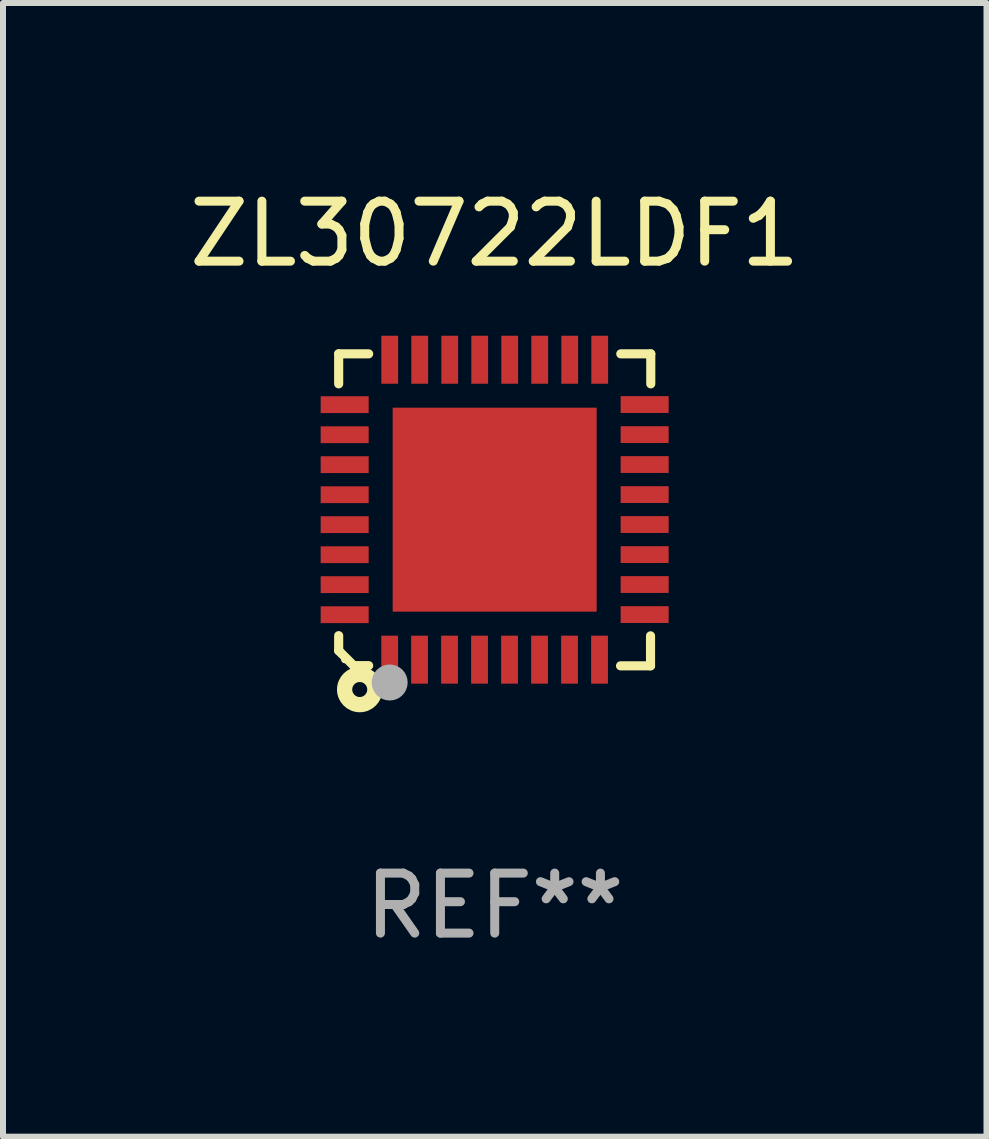
<source format=kicad_pcb>
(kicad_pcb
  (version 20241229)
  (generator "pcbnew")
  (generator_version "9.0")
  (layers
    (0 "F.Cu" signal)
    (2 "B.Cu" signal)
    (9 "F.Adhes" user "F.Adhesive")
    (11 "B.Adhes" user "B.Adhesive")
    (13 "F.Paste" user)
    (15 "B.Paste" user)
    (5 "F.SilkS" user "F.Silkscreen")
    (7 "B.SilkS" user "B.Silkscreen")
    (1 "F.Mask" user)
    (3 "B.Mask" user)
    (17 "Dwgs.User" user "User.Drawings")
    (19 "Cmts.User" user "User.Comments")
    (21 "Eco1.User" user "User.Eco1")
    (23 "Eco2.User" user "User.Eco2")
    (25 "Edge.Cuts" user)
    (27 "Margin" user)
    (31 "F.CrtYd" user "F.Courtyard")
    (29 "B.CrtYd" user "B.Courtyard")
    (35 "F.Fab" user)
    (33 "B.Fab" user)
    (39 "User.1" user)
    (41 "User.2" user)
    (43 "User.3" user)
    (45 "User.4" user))
  (footprint "ZL30722LDF1"
    (layer "F.Cu")
    (at 5.196 5.448)
    (property "Reference" "ZL30722LDF1" (at 0 -4.6 0) (layer "F.SilkS") (effects (font (size 1 1) (thickness 0.15))))
    (attr through_hole)
    (fp_line (start -2.601 2.097) (end -2.601 2.347) (stroke (width 0.152) (type solid)) (layer "F.SilkS"))
    (fp_line (start -2.601 2.347) (end -2.351 2.597) (stroke (width 0.152) (type solid)) (layer "F.SilkS"))
    (fp_line (start -2.601 -2.6) (end -2.601 -2.1) (stroke (width 0.152) (type solid)) (layer "F.SilkS"))
    (fp_line (start -2.601 -2.6) (end -2.101 -2.6) (stroke (width 0.152) (type solid)) (layer "F.SilkS"))
    (fp_line (start -2.351 2.597) (end -2.101 2.597) (stroke (width 0.152) (type solid)) (layer "F.SilkS"))
    (fp_line (start 2.597 2.6) (end 2.097 2.6) (stroke (width 0.152) (type solid)) (layer "F.SilkS"))
    (fp_line (start 2.597 2.6) (end 2.597 2.1) (stroke (width 0.152) (type solid)) (layer "F.SilkS"))
    (fp_line (start 2.601 -2.6) (end 2.101 -2.6) (stroke (width 0.152) (type solid)) (layer "F.SilkS"))
    (fp_line (start 2.601 -2.6) (end 2.601 -2.1) (stroke (width 0.152) (type solid)) (layer "F.SilkS"))
    (fp_circle (center -2.501 2.497) (end -2.471 2.497) (stroke (width 0.06) (type solid)) (fill no) (layer "F.SilkS"))
    (fp_circle (center -2.25 2.995) (end -2.125 2.995) (stroke (width 0.254) (type solid)) (fill no) (layer "F.SilkS"))
    (fp_circle (center -1.751 2.878) (end -1.601 2.878) (stroke (width 0.3) (type solid)) (fill no) (layer "F.Fab"))
    (fp_text user "REF**" (at 0 6.6 0) (layer "F.Fab") (effects (font (size 1 1) (thickness 0.15))))
    (pad "1" smd rect (at -1.751 2.497) (size 0.28 0.8) (layers "F.Cu" "F.Mask" "F.Paste"))
    (pad "2" smd rect (at -1.253 2.497) (size 0.28 0.8) (layers "F.Cu" "F.Mask" "F.Paste"))
    (pad "3" smd rect (at -0.753 2.497) (size 0.28 0.8) (layers "F.Cu" "F.Mask" "F.Paste"))
    (pad "4" smd rect (at -0.253 2.497) (size 0.28 0.8) (layers "F.Cu" "F.Mask" "F.Paste"))
    (pad "5" smd rect (at 0.247 2.497) (size 0.28 0.8) (layers "F.Cu" "F.Mask" "F.Paste"))
    (pad "6" smd rect (at 0.747 2.497) (size 0.28 0.8) (layers "F.Cu" "F.Mask" "F.Paste"))
    (pad "7" smd rect (at 1.247 2.497) (size 0.28 0.8) (layers "F.Cu" "F.Mask" "F.Paste"))
    (pad "8" smd rect (at 1.747 2.497) (size 0.28 0.8) (layers "F.Cu" "F.Mask" "F.Paste"))
    (pad "9" smd rect (at 2.499 1.746) (size 0.8 0.28) (layers "F.Cu" "F.Mask" "F.Paste"))
    (pad "10" smd rect (at 2.499 1.245) (size 0.8 0.28) (layers "F.Cu" "F.Mask" "F.Paste"))
    (pad "11" smd rect (at 2.499 0.746) (size 0.8 0.28) (layers "F.Cu" "F.Mask" "F.Paste"))
    (pad "12" smd rect (at 2.499 0.245) (size 0.8 0.28) (layers "F.Cu" "F.Mask" "F.Paste"))
    (pad "13" smd rect (at 2.499 -0.254) (size 0.8 0.28) (layers "F.Cu" "F.Mask" "F.Paste"))
    (pad "14" smd rect (at 2.499 -0.755) (size 0.8 0.28) (layers "F.Cu" "F.Mask" "F.Paste"))
    (pad "15" smd rect (at 2.499 -1.254) (size 0.8 0.28) (layers "F.Cu" "F.Mask" "F.Paste"))
    (pad "16" smd rect (at 2.499 -1.755) (size 0.8 0.28) (layers "F.Cu" "F.Mask" "F.Paste"))
    (pad "17" smd rect (at 1.75 -2.502) (size 0.28 0.8) (layers "F.Cu" "F.Mask" "F.Paste"))
    (pad "18" smd rect (at 1.25 -2.502) (size 0.28 0.8) (layers "F.Cu" "F.Mask" "F.Paste"))
    (pad "19" smd rect (at 0.75 -2.502) (size 0.28 0.8) (layers "F.Cu" "F.Mask" "F.Paste"))
    (pad "20" smd rect (at 0.25 -2.502) (size 0.28 0.8) (layers "F.Cu" "F.Mask" "F.Paste"))
    (pad "21" smd rect (at -0.25 -2.502) (size 0.28 0.8) (layers "F.Cu" "F.Mask" "F.Paste"))
    (pad "22" smd rect (at -0.75 -2.502) (size 0.28 0.8) (layers "F.Cu" "F.Mask" "F.Paste"))
    (pad "23" smd rect (at -1.25 -2.502) (size 0.28 0.8) (layers "F.Cu" "F.Mask" "F.Paste"))
    (pad "24" smd rect (at -1.75 -2.502) (size 0.28 0.8) (layers "F.Cu" "F.Mask" "F.Paste"))
    (pad "25" smd rect (at -2.501 -1.753) (size 0.8 0.28) (layers "F.Cu" "F.Mask" "F.Paste"))
    (pad "26" smd rect (at -2.501 -1.252) (size 0.8 0.28) (layers "F.Cu" "F.Mask" "F.Paste"))
    (pad "27" smd rect (at -2.501 -0.753) (size 0.8 0.28) (layers "F.Cu" "F.Mask" "F.Paste"))
    (pad "28" smd rect (at -2.501 -0.252) (size 0.8 0.28) (layers "F.Cu" "F.Mask" "F.Paste"))
    (pad "29" smd rect (at -2.501 0.247) (size 0.8 0.28) (layers "F.Cu" "F.Mask" "F.Paste"))
    (pad "30" smd rect (at -2.501 0.748) (size 0.8 0.28) (layers "F.Cu" "F.Mask" "F.Paste"))
    (pad "31" smd rect (at -2.501 1.247) (size 0.8 0.28) (layers "F.Cu" "F.Mask" "F.Paste"))
    (pad "32" smd rect (at -2.501 1.748) (size 0.8 0.28) (layers "F.Cu" "F.Mask" "F.Paste"))
    (pad "33" smd rect (at -0.001 -0.003 180) (size 3.4 3.4) (layers "F.Cu" "F.Mask" "F.Paste")))
  (gr_rect
    (start -3 -3)
    (end 13.393 15.896)
    (stroke (width 0.1) (type default))
    (fill no)
    (layer "Edge.Cuts")))
</source>
